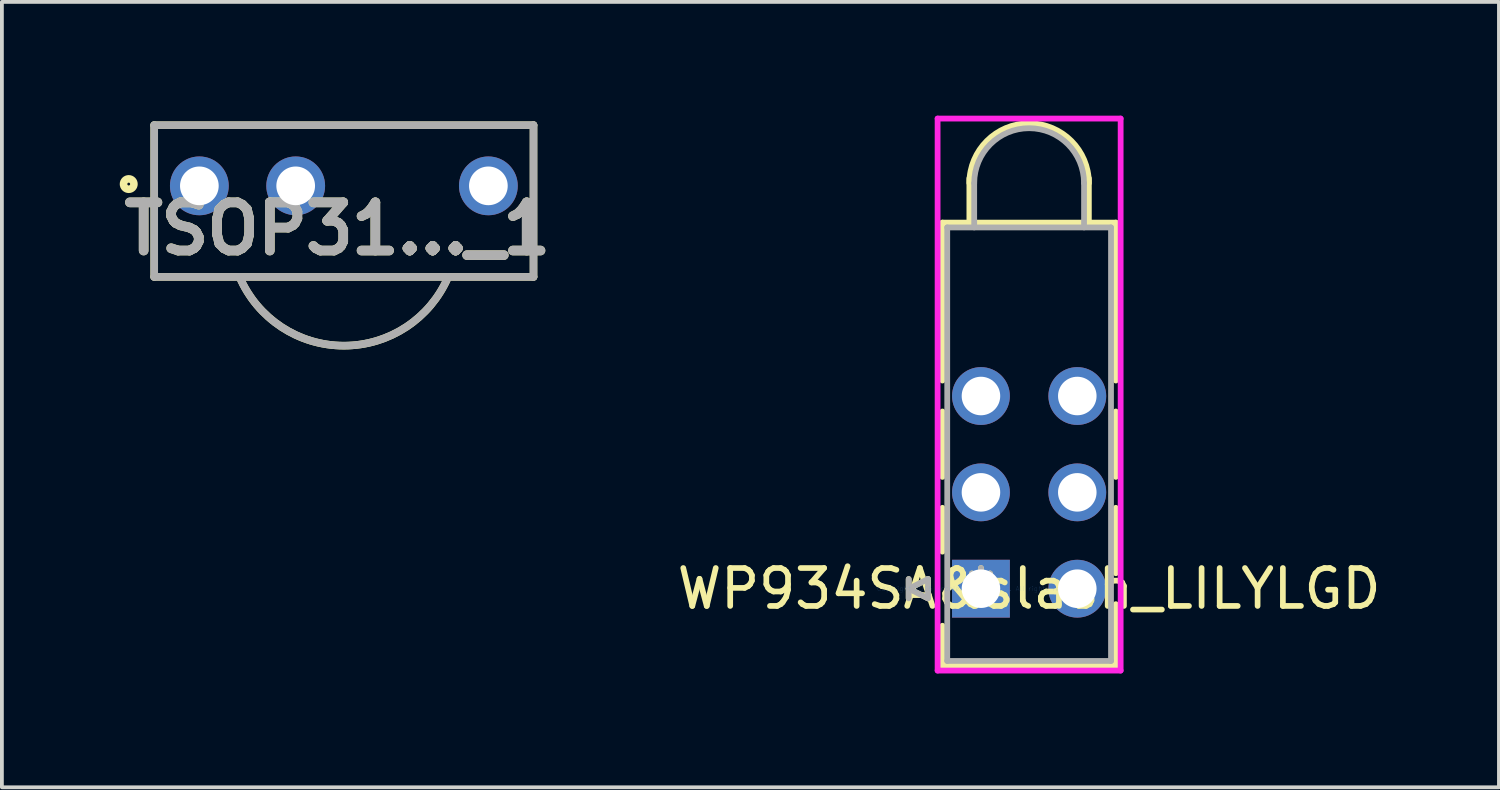
<source format=kicad_pcb>
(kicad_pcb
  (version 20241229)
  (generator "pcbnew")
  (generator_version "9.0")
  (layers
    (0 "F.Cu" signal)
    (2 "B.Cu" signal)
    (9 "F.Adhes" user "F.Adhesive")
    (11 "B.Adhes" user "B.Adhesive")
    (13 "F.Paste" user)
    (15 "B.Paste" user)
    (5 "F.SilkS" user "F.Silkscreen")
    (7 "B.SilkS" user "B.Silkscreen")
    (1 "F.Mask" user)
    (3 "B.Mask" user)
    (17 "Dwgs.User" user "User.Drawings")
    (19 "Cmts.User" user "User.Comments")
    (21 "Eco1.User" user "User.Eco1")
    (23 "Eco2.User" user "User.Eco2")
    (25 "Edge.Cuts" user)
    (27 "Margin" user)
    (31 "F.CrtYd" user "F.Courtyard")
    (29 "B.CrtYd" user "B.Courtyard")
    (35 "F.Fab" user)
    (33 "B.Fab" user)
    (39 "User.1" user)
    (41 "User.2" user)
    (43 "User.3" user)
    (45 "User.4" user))
  (footprint "TSOP31..._1"
    (layer "F.Cu")
    (at 6.016 0.25)
    (property "Reference" "TSOP31..._1" (at -0.168 2.731 0) (layer "F.SilkS") (effects (font (size 1.27 1.27) (thickness 0.254))))
    (attr through_hole)
    (fp_line (start -5 0) (end -5 4) (stroke (width 0.2) (type solid)) (layer "F.SilkS"))
    (fp_line (start -5 4) (end 5 4) (stroke (width 0.2) (type solid)) (layer "F.SilkS"))
    (fp_line (start 5 0) (end -5 0) (stroke (width 0.2) (type solid)) (layer "F.SilkS"))
    (fp_line (start 5 4) (end 5 0) (stroke (width 0.2) (type solid)) (layer "F.SilkS"))
    (fp_arc (start 2.749152 4.001979) (mid -0.001077 5.814001) (end -2.75 4) (stroke (width 0.2) (type solid)) (layer "F.SilkS"))
    (fp_circle (center -5.672 1.553) (end -5.672 1.59) (stroke (width 0.2) (type solid)) (fill no) (layer "F.SilkS"))
    (fp_line (start -5 0) (end 5 0) (stroke (width 0.2) (type solid)) (layer "F.Fab"))
    (fp_line (start -5 4) (end -5 0) (stroke (width 0.2) (type solid)) (layer "F.Fab"))
    (fp_line (start 5 0) (end 5 4) (stroke (width 0.2) (type solid)) (layer "F.Fab"))
    (fp_line (start 5 4) (end -5 4) (stroke (width 0.2) (type solid)) (layer "F.Fab"))
    (fp_arc (start 2.749738 4.000611) (mid -0.000332 5.81351) (end -2.75 4) (stroke (width 0.2) (type solid)) (layer "F.Fab"))
    (fp_text user "${REFERENCE}" (at -0.168 2.731 0) (layer "F.Fab") (effects (font (size 1.27 1.27) (thickness 0.254))))
    (pad "1" thru_hole circle (at -3.81 1.6) (size 1.55 1.55) (drill 1.02) (layers "*.Cu" "*.Mask"))
    (pad "2" thru_hole circle (at -1.27 1.6) (size 1.55 1.55) (drill 1.02) (layers "*.Cu" "*.Mask"))
    (pad "3" thru_hole circle (at 3.81 1.6) (size 1.55 1.55) (drill 1.02) (layers "*.Cu" "*.Mask")))
  (footprint "WP934SA&slash_LILYLGD"
    (layer "F.Cu")
    (at 22.813 12.471)
    (property "Reference" "WP934SA&slash_LILYLGD" (at 1.27 0 0) (layer "F.SilkS") (effects (font (size 1 1) (thickness 0.15))))
    (attr through_hole)
    (fp_line (start -1.905 -0.254) (end -1.905 0.254) (stroke (width 0.152) (type solid)) (layer "F.SilkS"))
    (fp_line (start -1.397 -0.254) (end -1.905 0) (stroke (width 0.152) (type solid)) (layer "F.SilkS"))
    (fp_line (start -1.397 -0.254) (end -1.397 0.254) (stroke (width 0.152) (type solid)) (layer "F.SilkS"))
    (fp_line (start -1.397 0.254) (end -1.905 0) (stroke (width 0.152) (type solid)) (layer "F.SilkS"))
    (fp_line (start -1.016 -9.652) (end -1.016 -5.488) (stroke (width 0.152) (type solid)) (layer "F.SilkS"))
    (fp_line (start -1.016 -4.672) (end -1.016 -2.948) (stroke (width 0.152) (type solid)) (layer "F.SilkS"))
    (fp_line (start -1.016 -2.132) (end -1.016 -0.977) (stroke (width 0.152) (type solid)) (layer "F.SilkS"))
    (fp_line (start -1.016 0.977) (end -1.016 2.032) (stroke (width 0.152) (type solid)) (layer "F.SilkS"))
    (fp_line (start -1.016 2.032) (end 3.556 2.032) (stroke (width 0.152) (type solid)) (layer "F.SilkS"))
    (fp_line (start -0.305 -9.652) (end -0.305 -10.82) (stroke (width 0.152) (type solid)) (layer "F.SilkS"))
    (fp_line (start 2.845 -9.652) (end 2.845 -10.82) (stroke (width 0.152) (type solid)) (layer "F.SilkS"))
    (fp_line (start 3.556 -9.652) (end -1.016 -9.652) (stroke (width 0.152) (type solid)) (layer "F.SilkS"))
    (fp_line (start 3.556 -5.488) (end 3.556 -9.652) (stroke (width 0.152) (type solid)) (layer "F.SilkS"))
    (fp_line (start 3.556 -2.948) (end 3.556 -4.672) (stroke (width 0.152) (type solid)) (layer "F.SilkS"))
    (fp_line (start 3.556 -0.408) (end 3.556 -2.132) (stroke (width 0.152) (type solid)) (layer "F.SilkS"))
    (fp_line (start 3.556 2.032) (end 3.556 0.408) (stroke (width 0.152) (type solid)) (layer "F.SilkS"))
    (fp_arc (start -0.3048 -10.6934) (mid 1.27 -12.2682) (end 2.8448 -10.6934) (stroke (width 0.1524) (type solid)) (layer "F.SilkS"))
    (fp_line (start -1.143 -12.395) (end -1.143 2.159) (stroke (width 0.152) (type solid)) (layer "F.CrtYd"))
    (fp_line (start -1.143 2.159) (end 3.683 2.159) (stroke (width 0.152) (type solid)) (layer "F.CrtYd"))
    (fp_line (start 3.683 -12.395) (end -1.143 -12.395) (stroke (width 0.152) (type solid)) (layer "F.CrtYd"))
    (fp_line (start 3.683 2.159) (end 3.683 -12.395) (stroke (width 0.152) (type solid)) (layer "F.CrtYd"))
    (fp_line (start -1.905 -0.254) (end -1.905 0.254) (stroke (width 0.152) (type solid)) (layer "F.Fab"))
    (fp_line (start -1.397 -0.254) (end -1.905 0) (stroke (width 0.152) (type solid)) (layer "F.Fab"))
    (fp_line (start -1.397 -0.254) (end -1.397 0.254) (stroke (width 0.152) (type solid)) (layer "F.Fab"))
    (fp_line (start -1.397 0.254) (end -1.905 0) (stroke (width 0.152) (type solid)) (layer "F.Fab"))
    (fp_line (start -0.889 -9.525) (end -0.889 1.905) (stroke (width 0.152) (type solid)) (layer "F.Fab"))
    (fp_line (start -0.889 1.905) (end 3.429 1.905) (stroke (width 0.152) (type solid)) (layer "F.Fab"))
    (fp_line (start -0.178 -9.525) (end -0.178 -10.693) (stroke (width 0.152) (type solid)) (layer "F.Fab"))
    (fp_line (start 2.718 -9.525) (end 2.718 -10.693) (stroke (width 0.152) (type solid)) (layer "F.Fab"))
    (fp_line (start 3.429 -9.525) (end -0.889 -9.525) (stroke (width 0.152) (type solid)) (layer "F.Fab"))
    (fp_line (start 3.429 1.905) (end 3.429 -9.525) (stroke (width 0.152) (type solid)) (layer "F.Fab"))
    (fp_arc (start -0.1778 -10.6934) (mid 1.27 -12.1412) (end 2.7178 -10.6934) (stroke (width 0.1524) (type solid)) (layer "F.Fab"))
    (fp_text user "*" (at 0 0 0) (layer "F.SilkS") (effects (font (size 1 1) (thickness 0.15))))
    (fp_text user "Copyright 2016 Accelerated Designs. All rights reserved." (at 0 0 0) (layer "Cmts.User") (effects (font (size 0.127 0.127) (thickness 0.002))))
    (fp_text user "*" (at 0 0 0) (layer "F.Fab") (effects (font (size 1 1) (thickness 0.15))))
    (pad "1" thru_hole rect (at 0 0) (size 1.524 1.524) (drill 1.016) (layers "*.Cu" "*.Mask"))
    (pad "2" thru_hole circle (at 2.54 0) (size 1.524 1.524) (drill 1.016) (layers "*.Cu" "*.Mask"))
    (pad "3" thru_hole circle (at 0 -2.54) (size 1.524 1.524) (drill 1.016) (layers "*.Cu" "*.Mask"))
    (pad "4" thru_hole circle (at 2.54 -2.54) (size 1.524 1.524) (drill 1.016) (layers "*.Cu" "*.Mask"))
    (pad "5" thru_hole circle (at 0 -5.08) (size 1.524 1.524) (drill 1.016) (layers "*.Cu" "*.Mask"))
    (pad "6" thru_hole circle (at 2.54 -5.08) (size 1.524 1.524) (drill 1.016) (layers "*.Cu" "*.Mask")))
  (gr_rect
    (start -3 -3)
    (end 36.47 17.707)
    (stroke (width 0.1) (type default))
    (fill no)
    (layer "Edge.Cuts")))
</source>
